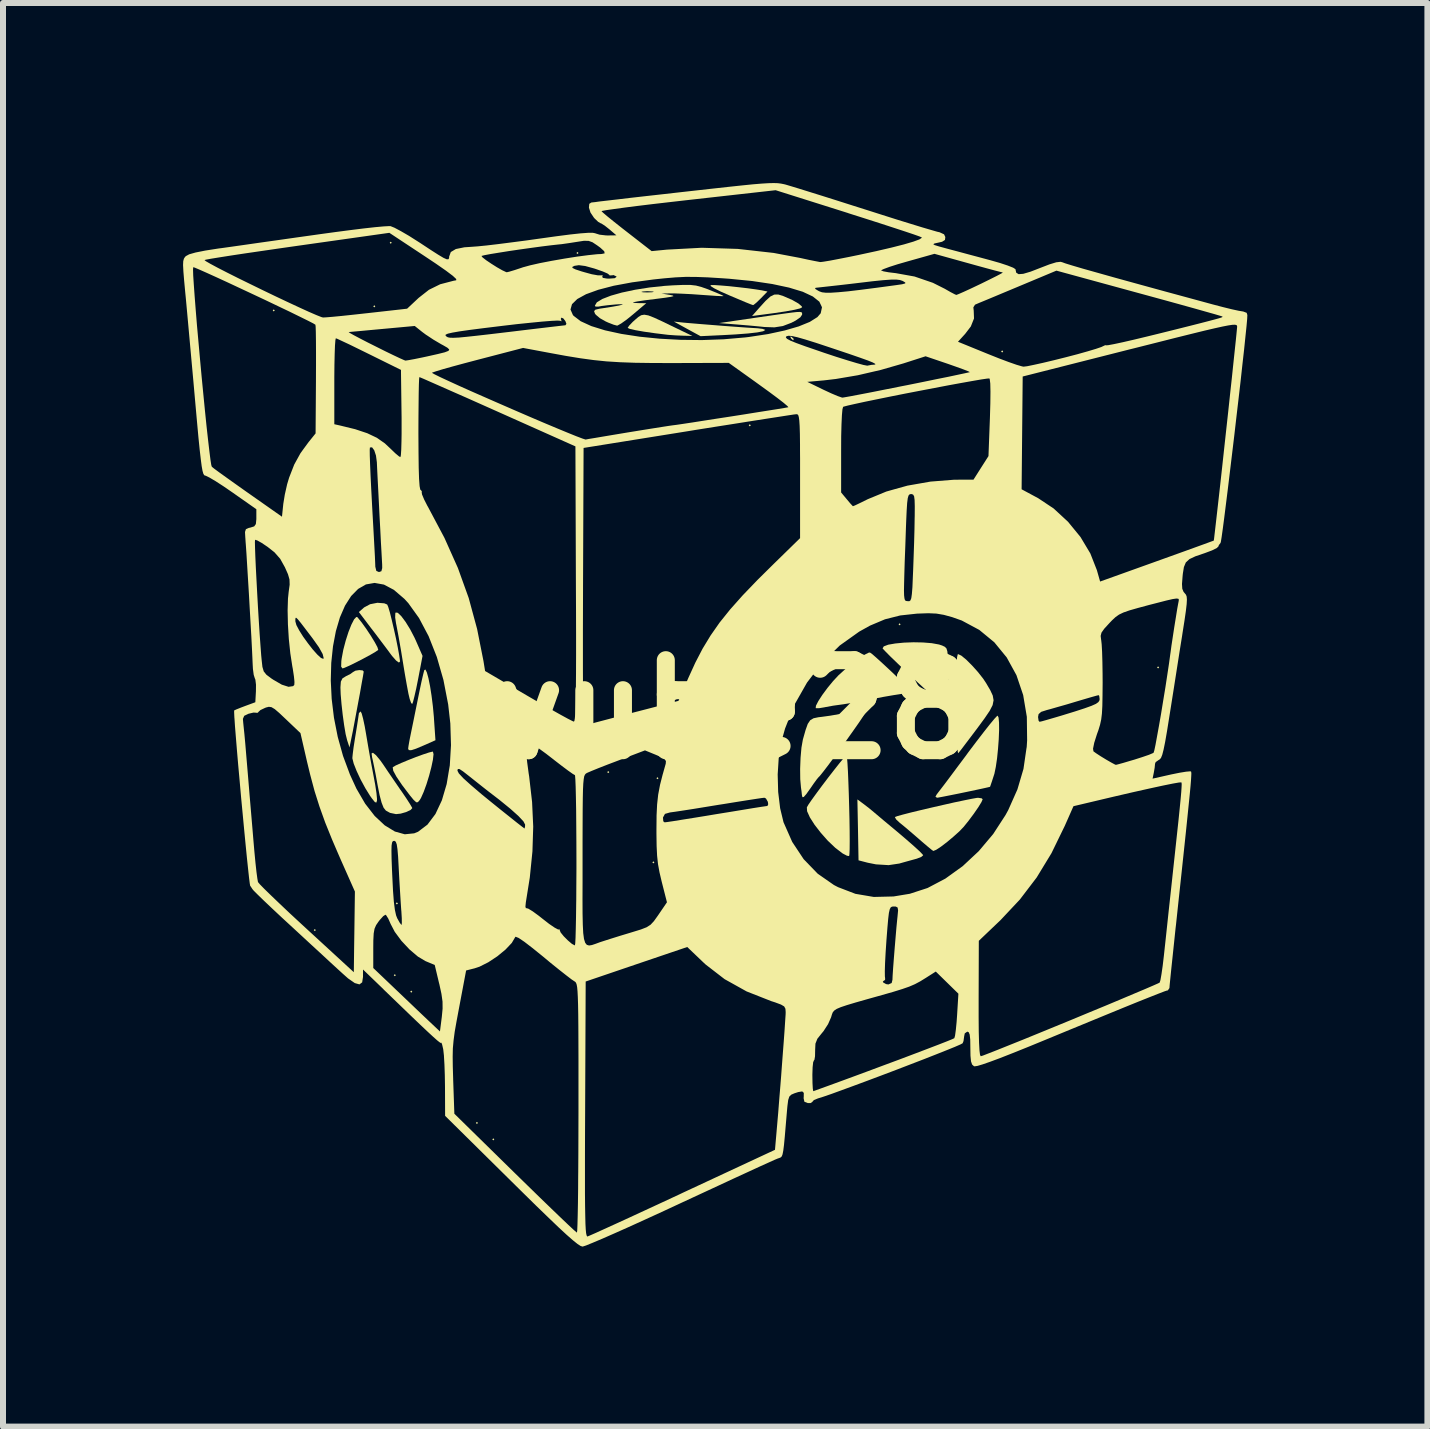
<source format=kicad_pcb>
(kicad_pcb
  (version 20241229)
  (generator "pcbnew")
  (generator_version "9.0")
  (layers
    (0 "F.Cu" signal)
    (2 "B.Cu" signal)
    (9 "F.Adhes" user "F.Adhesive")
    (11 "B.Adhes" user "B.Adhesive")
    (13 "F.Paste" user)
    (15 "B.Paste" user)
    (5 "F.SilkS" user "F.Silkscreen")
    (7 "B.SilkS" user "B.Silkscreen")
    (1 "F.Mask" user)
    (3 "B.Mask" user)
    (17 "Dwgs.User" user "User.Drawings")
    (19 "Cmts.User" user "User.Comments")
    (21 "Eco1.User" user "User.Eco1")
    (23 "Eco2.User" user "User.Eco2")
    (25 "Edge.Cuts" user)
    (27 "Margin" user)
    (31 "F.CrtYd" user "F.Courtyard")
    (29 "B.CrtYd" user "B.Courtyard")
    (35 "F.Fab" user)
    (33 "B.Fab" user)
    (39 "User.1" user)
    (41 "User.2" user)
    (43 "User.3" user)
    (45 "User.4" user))
  (footprint "vube28"
    (layer "F.Cu")
    (at 9.186 8.771)
    (property "Reference" "vube28" (at 0 0 0) (layer "F.SilkS") (effects (font (size 1.5 1.5) (thickness 0.3))))
    (attr board_only exclude_from_pos_files exclude_from_bom)
    (fp_poly (pts (xy -7.658 -6.649) (xy -7.675 -6.632) (xy -7.692 -6.649) (xy -7.675 -6.666)) (stroke (width 0) (type solid)) (fill yes) (layer "F.SilkS"))
    (fp_poly (pts (xy -6.974 3.675) (xy -6.991 3.692) (xy -7.008 3.675) (xy -6.991 3.658)) (stroke (width 0) (type solid)) (fill yes) (layer "F.SilkS"))
    (fp_poly (pts (xy -5.983 -6.717) (xy -6 -6.7) (xy -6.017 -6.717) (xy -6 -6.735)) (stroke (width 0) (type solid)) (fill yes) (layer "F.SilkS"))
    (fp_poly (pts (xy -5.709 -7.777) (xy -5.726 -7.76) (xy -5.743 -7.777) (xy -5.726 -7.794)) (stroke (width 0) (type solid)) (fill yes) (layer "F.SilkS"))
    (fp_poly (pts (xy -5.641 4.427) (xy -5.658 4.444) (xy -5.675 4.427) (xy -5.658 4.41)) (stroke (width 0) (type solid)) (fill yes) (layer "F.SilkS"))
    (fp_poly (pts (xy -5.606 3.231) (xy -5.624 3.248) (xy -5.641 3.231) (xy -5.624 3.213)) (stroke (width 0) (type solid)) (fill yes) (layer "F.SilkS"))
    (fp_poly (pts (xy -5.367 4.701) (xy -5.384 4.718) (xy -5.401 4.701) (xy -5.384 4.683)) (stroke (width 0) (type solid)) (fill yes) (layer "F.SilkS"))
    (fp_poly (pts (xy -4.273 6.888) (xy -4.29 6.906) (xy -4.307 6.888) (xy -4.29 6.871)) (stroke (width 0) (type solid)) (fill yes) (layer "F.SilkS"))
    (fp_poly (pts (xy -4 7.162) (xy -4.017 7.179) (xy -4.034 7.162) (xy -4.017 7.145)) (stroke (width 0) (type solid)) (fill yes) (layer "F.SilkS"))
    (fp_poly (pts (xy -2.598 -7.606) (xy -2.615 -7.589) (xy -2.632 -7.606) (xy -2.615 -7.623)) (stroke (width 0) (type solid)) (fill yes) (layer "F.SilkS"))
    (fp_poly (pts (xy -2.085 1.043) (xy -2.102 1.06) (xy -2.12 1.043) (xy -2.102 1.026)) (stroke (width 0) (type solid)) (fill yes) (layer "F.SilkS"))
    (fp_poly (pts (xy -1.333 2.547) (xy -1.35 2.564) (xy -1.367 2.547) (xy -1.35 2.53)) (stroke (width 0) (type solid)) (fill yes) (layer "F.SilkS"))
    (fp_poly (pts (xy -1.265 1.145) (xy -1.282 1.162) (xy -1.299 1.145) (xy -1.282 1.128)) (stroke (width 0) (type solid)) (fill yes) (layer "F.SilkS"))
    (fp_poly (pts (xy 0.273 -4.735) (xy 0.256 -4.718) (xy 0.239 -4.735) (xy 0.256 -4.752)) (stroke (width 0) (type solid)) (fill yes) (layer "F.SilkS"))
    (fp_poly (pts (xy 2.769 -1.419) (xy 2.752 -1.402) (xy 2.735 -1.419) (xy 2.752 -1.436)) (stroke (width 0) (type solid)) (fill yes) (layer "F.SilkS"))
    (fp_poly (pts (xy 4.478 -5.965) (xy 4.461 -5.948) (xy 4.444 -5.965) (xy 4.461 -5.983)) (stroke (width 0) (type solid)) (fill yes) (layer "F.SilkS"))
    (fp_poly (pts (xy 7.076 -0.701) (xy 7.059 -0.684) (xy 7.042 -0.701) (xy 7.059 -0.718)) (stroke (width 0) (type solid)) (fill yes) (layer "F.SilkS"))
    (fp_poly (pts (xy 0.952 -6.208) (xy 0.989 -6.174) (xy 0.981 -6.154) (xy 0.976 -6.153) (xy 0.947 -6.178) (xy 0.937 -6.193) (xy 0.933 -6.216)) (stroke (width 0) (type solid)) (fill yes) (layer "F.SilkS"))
    (fp_poly (pts (xy 0.815 -6.888) (xy 0.827 -6.883) (xy 0.964 -6.823) (xy 1.066 -6.765) (xy 1.122 -6.717) (xy 1.128 -6.701) (xy 1.095 -6.683) (xy 1.002 -6.66) (xy 0.854 -6.633) (xy 0.66 -6.604) (xy 0.463 -6.578) (xy 0.294 -6.556) (xy 0.41 -6.688) (xy 0.518 -6.807) (xy 0.598 -6.88) (xy 0.664 -6.913) (xy 0.732 -6.914)) (stroke (width 0) (type solid)) (fill yes) (layer "F.SilkS"))
    (fp_poly (pts (xy -0.838 -6.445) (xy -0.733 -6.436) (xy -0.579 -6.423) (xy -0.391 -6.408) (xy -0.189 -6.392) (xy 0.011 -6.377) (xy 0.191 -6.364) (xy 0.332 -6.355) (xy 0.385 -6.352) (xy 0.467 -6.342) (xy 0.511 -6.326) (xy 0.513 -6.322) (xy 0.479 -6.302) (xy 0.382 -6.283) (xy 0.226 -6.265) (xy 0.015 -6.249) (xy -0.186 -6.238) (xy -0.564 -6.22) (xy -0.786 -6.341) (xy -1.008 -6.463)) (stroke (width 0) (type solid)) (fill yes) (layer "F.SilkS"))
    (fp_poly (pts (xy -0.232 -7.065) (xy -0.09 -7.053) (xy 0.067 -7.036) (xy 0.223 -7.018) (xy 0.36 -6.999) (xy 0.455 -6.984) (xy 0.551 -6.964) (xy 0.44 -6.85) (xy 0.37 -6.782) (xy 0.321 -6.742) (xy 0.31 -6.738) (xy 0.272 -6.751) (xy 0.185 -6.786) (xy 0.062 -6.838) (xy -0.085 -6.9) (xy -0.23 -6.964) (xy -0.336 -7.017) (xy -0.394 -7.054) (xy -0.397 -7.071) (xy -0.34 -7.072)) (stroke (width 0) (type solid)) (fill yes) (layer "F.SilkS"))
    (fp_poly (pts (xy -1.434 -6.566) (xy -1.339 -6.529) (xy -1.204 -6.467) (xy -1.043 -6.389) (xy -0.701 -6.224) (xy -0.855 -6.228) (xy -0.976 -6.233) (xy -1.088 -6.241) (xy -1.111 -6.243) (xy -1.324 -6.269) (xy -1.506 -6.295) (xy -1.649 -6.32) (xy -1.742 -6.341) (xy -1.778 -6.358) (xy -1.778 -6.359) (xy -1.754 -6.395) (xy -1.694 -6.458) (xy -1.655 -6.493) (xy -1.6 -6.54) (xy -1.553 -6.569) (xy -1.502 -6.578)) (stroke (width 0) (type solid)) (fill yes) (layer "F.SilkS"))
    (fp_poly (pts (xy 1.117 -6.619) (xy 1.127 -6.608) (xy 1.128 -6.591) (xy 1.128 -6.579) (xy 1.099 -6.535) (xy 1.02 -6.48) (xy 0.949 -6.443) (xy 0.807 -6.389) (xy 0.667 -6.367) (xy 0.499 -6.373) (xy 0.444 -6.379) (xy 0.372 -6.386) (xy 0.253 -6.397) (xy 0.109 -6.409) (xy 0.051 -6.414) (xy -0.256 -6.438) (xy 0.393 -6.533) (xy 0.634 -6.568) (xy 0.816 -6.594) (xy 0.947 -6.612) (xy 1.035 -6.622) (xy 1.089 -6.624)) (stroke (width 0) (type solid)) (fill yes) (layer "F.SilkS"))
    (fp_poly (pts (xy -5.833 -1.769) (xy -5.785 -1.749) (xy -5.768 -1.71) (xy -5.741 -1.62) (xy -5.709 -1.492) (xy -5.674 -1.342) (xy -5.639 -1.185) (xy -5.609 -1.036) (xy -5.586 -0.909) (xy -5.573 -0.82) (xy -5.572 -0.798) (xy -5.59 -0.782) (xy -5.637 -0.816) (xy -5.703 -0.891) (xy -5.728 -0.924) (xy -5.793 -1.012) (xy -5.885 -1.134) (xy -5.988 -1.271) (xy -6.043 -1.342) (xy -6.257 -1.624) (xy -6.169 -1.701) (xy -6.07 -1.754) (xy -5.948 -1.778)) (stroke (width 0) (type solid)) (fill yes) (layer "F.SilkS"))
    (fp_poly (pts (xy -6.281 -1.538) (xy -6.21 -1.45) (xy -6.132 -1.341) (xy -6.056 -1.226) (xy -5.992 -1.121) (xy -5.948 -1.039) (xy -5.934 -0.994) (xy -5.935 -0.992) (xy -5.983 -0.959) (xy -6.071 -0.908) (xy -6.184 -0.847) (xy -6.304 -0.785) (xy -6.414 -0.731) (xy -6.496 -0.695) (xy -6.53 -0.684) (xy -6.552 -0.714) (xy -6.549 -0.807) (xy -6.544 -0.846) (xy -6.516 -0.996) (xy -6.476 -1.148) (xy -6.43 -1.292) (xy -6.382 -1.413) (xy -6.337 -1.501) (xy -6.299 -1.542)) (stroke (width 0) (type solid)) (fill yes) (layer "F.SilkS"))
    (fp_poly (pts (xy 2.144 1.568) (xy 2.242 1.643) (xy 2.33 1.716) (xy 2.413 1.786) (xy 2.484 1.846) (xy 2.484 1.846) (xy 2.686 2.014) (xy 2.858 2.16) (xy 2.994 2.279) (xy 3.09 2.367) (xy 3.139 2.419) (xy 3.145 2.429) (xy 3.115 2.455) (xy 3.04 2.485) (xy 3 2.496) (xy 2.88 2.529) (xy 2.769 2.56) (xy 2.75 2.566) (xy 2.569 2.593) (xy 2.358 2.58) (xy 2.222 2.553) (xy 2.068 2.513) (xy 2.059 2.005) (xy 2.049 1.498)) (stroke (width 0) (type solid)) (fill yes) (layer "F.SilkS"))
    (fp_poly (pts (xy -6.193 -0.651) (xy -6.176 -0.632) (xy -6.188 -0.557) (xy -6.211 -0.431) (xy -6.239 -0.271) (xy -6.272 -0.095) (xy -6.305 0.082) (xy -6.335 0.242) (xy -6.359 0.369) (xy -6.371 0.427) (xy -6.413 0.632) (xy -6.452 0.513) (xy -6.477 0.412) (xy -6.502 0.264) (xy -6.526 0.09) (xy -6.546 -0.09) (xy -6.56 -0.255) (xy -6.564 -0.368) (xy -6.557 -0.465) (xy -6.53 -0.519) (xy -6.47 -0.556) (xy -6.396 -0.593) (xy -6.357 -0.622) (xy -6.314 -0.647) (xy -6.249 -0.657)) (stroke (width 0) (type solid)) (fill yes) (layer "F.SilkS"))
    (fp_poly (pts (xy -5.608 -1.611) (xy -5.55 -1.555) (xy -5.479 -1.46) (xy -5.403 -1.337) (xy -5.33 -1.197) (xy -5.303 -1.138) (xy -5.196 -0.893) (xy -5.27 -0.506) (xy -5.301 -0.351) (xy -5.331 -0.22) (xy -5.354 -0.129) (xy -5.368 -0.092) (xy -5.386 -0.108) (xy -5.41 -0.175) (xy -5.431 -0.263) (xy -5.459 -0.412) (xy -5.489 -0.582) (xy -5.506 -0.684) (xy -5.554 -0.978) (xy -5.595 -1.213) (xy -5.63 -1.398) (xy -5.638 -1.436) (xy -5.652 -1.533) (xy -5.65 -1.601) (xy -5.644 -1.616)) (stroke (width 0) (type solid)) (fill yes) (layer "F.SilkS"))
    (fp_poly (pts (xy -5.023 0.702) (xy -5.013 0.745) (xy -5.023 0.836) (xy -5.049 0.959) (xy -5.086 1.101) (xy -5.13 1.244) (xy -5.177 1.373) (xy -5.222 1.474) (xy -5.242 1.507) (xy -5.273 1.544) (xy -5.301 1.546) (xy -5.343 1.508) (xy -5.408 1.429) (xy -5.538 1.257) (xy -5.631 1.119) (xy -5.684 1.021) (xy -5.693 0.965) (xy -5.689 0.96) (xy -5.642 0.932) (xy -5.551 0.891) (xy -5.433 0.842) (xy -5.306 0.792) (xy -5.185 0.748) (xy -5.088 0.716) (xy -5.03 0.702)) (stroke (width 0) (type solid)) (fill yes) (layer "F.SilkS"))
    (fp_poly (pts (xy -5.972 0.761) (xy -5.9 0.848) (xy -5.853 0.914) (xy -5.769 1.039) (xy -5.665 1.191) (xy -5.563 1.34) (xy -5.544 1.366) (xy -5.466 1.481) (xy -5.406 1.574) (xy -5.372 1.632) (xy -5.367 1.643) (xy -5.397 1.675) (xy -5.47 1.709) (xy -5.561 1.735) (xy -5.638 1.743) (xy -5.738 1.722) (xy -5.807 1.684) (xy -5.845 1.636) (xy -5.878 1.553) (xy -5.912 1.425) (xy -5.947 1.248) (xy -5.976 1.088) (xy -6.004 0.946) (xy -6.026 0.841) (xy -6.037 0.795) (xy -6.045 0.731) (xy -6.022 0.721)) (stroke (width 0) (type solid)) (fill yes) (layer "F.SilkS"))
    (fp_poly (pts (xy -5.124 -0.617) (xy -5.098 -0.522) (xy -5.071 -0.389) (xy -5.046 -0.23) (xy -5.024 -0.055) (xy -5.007 0.126) (xy -5.005 0.162) (xy -4.981 0.512) (xy -5.175 0.598) (xy -5.305 0.653) (xy -5.385 0.678) (xy -5.425 0.677) (xy -5.436 0.652) (xy -5.429 0.602) (xy -5.413 0.511) (xy -5.402 0.456) (xy -5.382 0.358) (xy -5.352 0.212) (xy -5.317 0.039) (xy -5.28 -0.144) (xy -5.279 -0.149) (xy -5.244 -0.32) (xy -5.212 -0.471) (xy -5.185 -0.587) (xy -5.168 -0.653) (xy -5.166 -0.657) (xy -5.148 -0.666)) (stroke (width 0) (type solid)) (fill yes) (layer "F.SilkS"))
    (fp_poly (pts (xy 3.78 -0.898) (xy 3.862 -0.831) (xy 3.958 -0.735) (xy 4.057 -0.625) (xy 4.145 -0.513) (xy 4.194 -0.439) (xy 4.262 -0.323) (xy 4.304 -0.233) (xy 4.318 -0.154) (xy 4.302 -0.073) (xy 4.253 0.022) (xy 4.169 0.146) (xy 4.05 0.308) (xy 3.943 0.45) (xy 3.849 0.574) (xy 3.778 0.668) (xy 3.735 0.721) (xy 3.729 0.729) (xy 3.721 0.704) (xy 3.714 0.62) (xy 3.707 0.485) (xy 3.701 0.308) (xy 3.697 0.098) (xy 3.695 -0.083) (xy 3.694 -0.376) (xy 3.696 -0.603) (xy 3.701 -0.767) (xy 3.71 -0.872) (xy 3.721 -0.919) (xy 3.726 -0.923)) (stroke (width 0) (type solid)) (fill yes) (layer "F.SilkS"))
    (fp_poly (pts (xy -6.21 0.066) (xy -6.187 0.151) (xy -6.16 0.277) (xy -6.138 0.402) (xy -6.104 0.603) (xy -6.065 0.825) (xy -6.026 1.033) (xy -6.012 1.107) (xy -5.984 1.258) (xy -5.964 1.391) (xy -5.955 1.486) (xy -5.955 1.517) (xy -5.966 1.551) (xy -5.991 1.542) (xy -6.038 1.484) (xy -6.072 1.436) (xy -6.15 1.31) (xy -6.227 1.168) (xy -6.294 1.025) (xy -6.343 0.901) (xy -6.365 0.814) (xy -6.365 0.803) (xy -6.359 0.741) (xy -6.345 0.63) (xy -6.323 0.489) (xy -6.31 0.41) (xy -6.287 0.268) (xy -6.269 0.152) (xy -6.258 0.077) (xy -6.256 0.06) (xy -6.23 0.034) (xy -6.227 0.034)) (stroke (width 0) (type solid)) (fill yes) (layer "F.SilkS"))
    (fp_poly (pts (xy 1.876 0.802) (xy 1.884 0.899) (xy 1.892 1.04) (xy 1.899 1.216) (xy 1.906 1.413) (xy 1.912 1.621) (xy 1.917 1.828) (xy 1.92 2.022) (xy 1.921 2.192) (xy 1.92 2.326) (xy 1.916 2.413) (xy 1.911 2.442) (xy 1.875 2.436) (xy 1.808 2.401) (xy 1.8 2.396) (xy 1.68 2.304) (xy 1.556 2.186) (xy 1.439 2.054) (xy 1.336 1.921) (xy 1.257 1.797) (xy 1.211 1.695) (xy 1.207 1.63) (xy 1.234 1.583) (xy 1.292 1.499) (xy 1.373 1.387) (xy 1.468 1.259) (xy 1.569 1.126) (xy 1.667 1) (xy 1.754 0.89) (xy 1.822 0.808) (xy 1.861 0.766) (xy 1.868 0.762)) (stroke (width 0) (type solid)) (fill yes) (layer "F.SilkS"))
    (fp_poly (pts (xy 3.141 -1.117) (xy 3.288 -1.105) (xy 3.409 -1.083) (xy 3.461 -1.066) (xy 3.505 -1.045) (xy 3.533 -1.017) (xy 3.548 -0.967) (xy 3.555 -0.881) (xy 3.558 -0.744) (xy 3.558 -0.71) (xy 3.56 -0.54) (xy 3.564 -0.369) (xy 3.568 -0.227) (xy 3.569 -0.197) (xy 3.57 -0.091) (xy 3.565 -0.02) (xy 3.558 -0.001) (xy 3.528 -0.023) (xy 3.456 -0.085) (xy 3.349 -0.181) (xy 3.216 -0.302) (xy 3.063 -0.443) (xy 3.01 -0.492) (xy 2.852 -0.64) (xy 2.712 -0.774) (xy 2.597 -0.885) (xy 2.515 -0.968) (xy 2.473 -1.013) (xy 2.469 -1.019) (xy 2.489 -1.052) (xy 2.564 -1.08) (xy 2.68 -1.1) (xy 2.823 -1.114) (xy 2.982 -1.12)) (stroke (width 0) (type solid)) (fill yes) (layer "F.SilkS"))
    (fp_poly (pts (xy 4.12 1.48) (xy 4.136 1.496) (xy 4.116 1.543) (xy 4.063 1.629) (xy 3.987 1.739) (xy 3.898 1.858) (xy 3.819 1.956) (xy 3.747 2.031) (xy 3.65 2.118) (xy 3.544 2.207) (xy 3.443 2.284) (xy 3.361 2.338) (xy 3.314 2.357) (xy 3.314 2.357) (xy 3.283 2.335) (xy 3.214 2.278) (xy 3.119 2.197) (xy 3.077 2.16) (xy 2.961 2.06) (xy 2.852 1.967) (xy 2.769 1.899) (xy 2.755 1.888) (xy 2.696 1.833) (xy 2.674 1.795) (xy 2.676 1.791) (xy 2.716 1.776) (xy 2.809 1.75) (xy 2.945 1.715) (xy 3.111 1.675) (xy 3.294 1.632) (xy 3.482 1.589) (xy 3.663 1.548) (xy 3.824 1.514) (xy 3.953 1.488) (xy 4.037 1.473) (xy 4.06 1.471)) (stroke (width 0) (type solid)) (fill yes) (layer "F.SilkS"))
    (fp_poly (pts (xy 4.401 0.134) (xy 4.409 0.219) (xy 4.41 0.344) (xy 4.404 0.494) (xy 4.392 0.656) (xy 4.376 0.815) (xy 4.355 0.957) (xy 4.332 1.069) (xy 4.324 1.094) (xy 4.291 1.196) (xy 4.267 1.266) (xy 4.259 1.288) (xy 4.227 1.296) (xy 4.142 1.315) (xy 4.021 1.341) (xy 3.879 1.371) (xy 3.73 1.402) (xy 3.59 1.43) (xy 3.474 1.453) (xy 3.398 1.467) (xy 3.376 1.47) (xy 3.35 1.454) (xy 3.35 1.453) (xy 3.369 1.417) (xy 3.4 1.376) (xy 3.434 1.332) (xy 3.503 1.242) (xy 3.599 1.114) (xy 3.715 0.958) (xy 3.846 0.783) (xy 3.9 0.709) (xy 4.033 0.533) (xy 4.153 0.377) (xy 4.254 0.249) (xy 4.331 0.156) (xy 4.376 0.108) (xy 4.385 0.103)) (stroke (width 0) (type solid)) (fill yes) (layer "F.SilkS"))
    (fp_poly (pts (xy 2.297 -0.922) (xy 2.37 -0.858) (xy 2.468 -0.769) (xy 2.579 -0.666) (xy 2.692 -0.559) (xy 2.795 -0.459) (xy 2.878 -0.376) (xy 2.929 -0.322) (xy 2.94 -0.306) (xy 2.909 -0.287) (xy 2.83 -0.267) (xy 2.76 -0.256) (xy 2.644 -0.238) (xy 2.488 -0.211) (xy 2.32 -0.179) (xy 2.256 -0.166) (xy 2.095 -0.135) (xy 1.939 -0.107) (xy 1.815 -0.087) (xy 1.778 -0.082) (xy 1.648 -0.064) (xy 1.521 -0.041) (xy 1.497 -0.036) (xy 1.412 -0.022) (xy 1.359 -0.022) (xy 1.354 -0.024) (xy 1.359 -0.064) (xy 1.399 -0.142) (xy 1.466 -0.245) (xy 1.551 -0.36) (xy 1.643 -0.472) (xy 1.733 -0.569) (xy 1.842 -0.668) (xy 1.96 -0.766) (xy 2.075 -0.851) (xy 2.173 -0.915) (xy 2.24 -0.948) (xy 2.259 -0.949)) (stroke (width 0) (type solid)) (fill yes) (layer "F.SilkS"))
    (fp_poly (pts (xy 2.208 0.008) (xy 2.193 0.039) (xy 2.145 0.114) (xy 2.071 0.224) (xy 1.977 0.358) (xy 1.872 0.506) (xy 1.762 0.659) (xy 1.654 0.805) (xy 1.557 0.936) (xy 1.477 1.04) (xy 1.422 1.108) (xy 1.402 1.128) (xy 1.372 1.164) (xy 1.318 1.238) (xy 1.27 1.308) (xy 1.198 1.409) (xy 1.155 1.458) (xy 1.133 1.461) (xy 1.125 1.427) (xy 1.118 1.362) (xy 1.109 1.299) (xy 1.097 1.163) (xy 1.095 0.989) (xy 1.102 0.805) (xy 1.117 0.635) (xy 1.14 0.504) (xy 1.142 0.496) (xy 1.186 0.341) (xy 1.222 0.24) (xy 1.263 0.179) (xy 1.318 0.146) (xy 1.399 0.129) (xy 1.459 0.122) (xy 1.596 0.103) (xy 1.763 0.074) (xy 1.923 0.044) (xy 2.049 0.02) (xy 2.149 0.007) (xy 2.203 0.006)) (stroke (width 0) (type solid)) (fill yes) (layer "F.SilkS"))
    (fp_poly (pts (xy -0.735 -7.074) (xy -0.639 -7.063) (xy -0.548 -7.039) (xy -0.438 -7) (xy -0.415 -6.99) (xy -0.3 -6.944) (xy -0.217 -6.908) (xy -0.18 -6.889) (xy -0.179 -6.888) (xy -0.215 -6.887) (xy -0.304 -6.891) (xy -0.432 -6.9) (xy -0.547 -6.908) (xy -0.716 -6.92) (xy -0.877 -6.928) (xy -1.007 -6.933) (xy -1.06 -6.933) (xy -1.214 -6.93) (xy -1.077 -6.908) (xy -1.025 -6.897) (xy -1.015 -6.887) (xy -1.055 -6.876) (xy -1.15 -6.861) (xy -1.299 -6.842) (xy -1.49 -6.818) (xy -1.616 -6.799) (xy -1.681 -6.786) (xy -1.689 -6.778) (xy -1.642 -6.773) (xy -1.598 -6.771) (xy -1.469 -6.769) (xy -1.691 -6.581) (xy -1.797 -6.495) (xy -1.887 -6.431) (xy -1.946 -6.398) (xy -1.956 -6.396) (xy -2.012 -6.411) (xy -2.102 -6.446) (xy -2.144 -6.465) (xy -2.24 -6.519) (xy -2.309 -6.577) (xy -2.324 -6.597) (xy -2.338 -6.637) (xy -2.317 -6.661) (xy -2.246 -6.678) (xy -2.197 -6.685) (xy -2.037 -6.71) (xy -1.926 -6.73) (xy -1.866 -6.745) (xy -1.864 -6.752) (xy -1.922 -6.752) (xy -1.983 -6.748) (xy -2.108 -6.736) (xy -2.211 -6.723) (xy -2.265 -6.713) (xy -2.314 -6.713) (xy -2.325 -6.728) (xy -2.292 -6.784) (xy -2.2 -6.84) (xy -2.058 -6.895) (xy -1.874 -6.947) (xy -1.83 -6.956) (xy -1.553 -6.956) (xy -1.516 -6.951) (xy -1.453 -6.949) (xy -1.372 -6.952) (xy -1.342 -6.958) (xy -1.358 -6.964) (xy -1.452 -6.97) (xy -1.529 -6.964) (xy -1.553 -6.956) (xy -1.83 -6.956) (xy -1.657 -6.993) (xy -1.417 -7.031) (xy -1.162 -7.058) (xy -1.024 -7.067) (xy -0.856 -7.074)) (stroke (width 0) (type solid)) (fill yes) (layer "F.SilkS"))
    (fp_poly (pts (xy 0.722 -8.769) (xy 0.777 -8.762) (xy 0.827 -8.752) (xy 0.855 -8.745) (xy 0.932 -8.722) (xy 1.064 -8.682) (xy 1.244 -8.626) (xy 1.462 -8.558) (xy 1.709 -8.48) (xy 1.976 -8.395) (xy 2.188 -8.328) (xy 2.458 -8.242) (xy 2.71 -8.162) (xy 2.937 -8.092) (xy 3.129 -8.033) (xy 3.279 -7.989) (xy 3.379 -7.96) (xy 3.419 -7.951) (xy 3.493 -7.917) (xy 3.514 -7.872) (xy 3.508 -7.823) (xy 3.46 -7.793) (xy 3.395 -7.778) (xy 3.335 -7.765) (xy 3.313 -7.753) (xy 3.335 -7.738) (xy 3.409 -7.715) (xy 3.541 -7.679) (xy 3.555 -7.675) (xy 3.71 -7.634) (xy 3.903 -7.582) (xy 4.109 -7.527) (xy 4.265 -7.485) (xy 4.423 -7.44) (xy 4.553 -7.397) (xy 4.644 -7.361) (xy 4.683 -7.336) (xy 4.683 -7.334) (xy 4.695 -7.278) (xy 4.735 -7.253) (xy 4.813 -7.259) (xy 4.935 -7.295) (xy 5.082 -7.352) (xy 5.248 -7.416) (xy 5.362 -7.451) (xy 5.434 -7.459) (xy 5.464 -7.451) (xy 5.513 -7.433) (xy 5.626 -7.398) (xy 5.802 -7.346) (xy 6.044 -7.278) (xy 6.35 -7.192) (xy 6.72 -7.09) (xy 7.157 -6.97) (xy 7.658 -6.834) (xy 7.97 -6.749) (xy 8.138 -6.705) (xy 8.288 -6.668) (xy 8.403 -6.643) (xy 8.47 -6.632) (xy 8.474 -6.632) (xy 8.535 -6.609) (xy 8.546 -6.572) (xy 8.543 -6.506) (xy 8.532 -6.384) (xy 8.514 -6.212) (xy 8.492 -5.998) (xy 8.464 -5.75) (xy 8.434 -5.475) (xy 8.4 -5.181) (xy 8.364 -4.874) (xy 8.328 -4.562) (xy 8.291 -4.254) (xy 8.255 -3.955) (xy 8.221 -3.674) (xy 8.189 -3.418) (xy 8.161 -3.195) (xy 8.137 -3.012) (xy 8.118 -2.876) (xy 8.105 -2.795) (xy 8.099 -2.775) (xy 8.069 -2.736) (xy 8.068 -2.722) (xy 8.038 -2.691) (xy 7.958 -2.651) (xy 7.846 -2.609) (xy 7.835 -2.605) (xy 7.682 -2.553) (xy 7.582 -2.506) (xy 7.521 -2.45) (xy 7.489 -2.373) (xy 7.471 -2.261) (xy 7.467 -2.22) (xy 7.457 -2.091) (xy 7.462 -2.011) (xy 7.484 -1.959) (xy 7.503 -1.937) (xy 7.523 -1.913) (xy 7.535 -1.882) (xy 7.539 -1.833) (xy 7.535 -1.756) (xy 7.522 -1.643) (xy 7.499 -1.484) (xy 7.465 -1.268) (xy 7.458 -1.221) (xy 7.416 -0.96) (xy 7.369 -0.659) (xy 7.32 -0.346) (xy 7.273 -0.049) (xy 7.245 0.127) (xy 7.207 0.365) (xy 7.176 0.543) (xy 7.15 0.67) (xy 7.128 0.755) (xy 7.107 0.807) (xy 7.085 0.832) (xy 7.072 0.839) (xy 7.019 0.876) (xy 7.008 0.904) (xy 7.002 0.968) (xy 6.988 1.05) (xy 6.967 1.152) (xy 7.277 1.082) (xy 7.415 1.054) (xy 7.525 1.036) (xy 7.594 1.03) (xy 7.608 1.033) (xy 7.611 1.043) (xy 7.613 1.069) (xy 7.611 1.113) (xy 7.607 1.182) (xy 7.599 1.279) (xy 7.587 1.408) (xy 7.57 1.574) (xy 7.549 1.781) (xy 7.523 2.034) (xy 7.491 2.336) (xy 7.453 2.693) (xy 7.408 3.109) (xy 7.357 3.588) (xy 7.35 3.646) (xy 7.324 3.895) (xy 7.3 4.123) (xy 7.279 4.32) (xy 7.263 4.478) (xy 7.252 4.587) (xy 7.248 4.639) (xy 7.248 4.641) (xy 7.221 4.68) (xy 7.204 4.683) (xy 7.165 4.696) (xy 7.069 4.733) (xy 6.922 4.791) (xy 6.731 4.867) (xy 6.502 4.96) (xy 6.241 5.067) (xy 5.954 5.185) (xy 5.648 5.311) (xy 5.606 5.328) (xy 5.226 5.485) (xy 4.905 5.617) (xy 4.639 5.724) (xy 4.425 5.808) (xy 4.258 5.87) (xy 4.134 5.913) (xy 4.05 5.938) (xy 4.003 5.945) (xy 3.991 5.943) (xy 3.96 5.915) (xy 3.942 5.862) (xy 3.933 5.768) (xy 3.931 5.639) (xy 3.929 5.499) (xy 3.92 5.416) (xy 3.903 5.376) (xy 3.88 5.367) (xy 3.838 5.396) (xy 3.828 5.444) (xy 3.817 5.524) (xy 3.802 5.561) (xy 3.767 5.58) (xy 3.675 5.62) (xy 3.537 5.676) (xy 3.361 5.746) (xy 3.155 5.827) (xy 2.929 5.914) (xy 2.69 6.006) (xy 2.447 6.098) (xy 2.21 6.187) (xy 1.986 6.27) (xy 1.784 6.344) (xy 1.614 6.406) (xy 1.483 6.451) (xy 1.4 6.477) (xy 1.391 6.48) (xy 1.324 6.507) (xy 1.299 6.536) (xy 1.271 6.557) (xy 1.222 6.557) (xy 1.166 6.535) (xy 1.153 6.476) (xy 1.155 6.453) (xy 1.156 6.387) (xy 1.13 6.363) (xy 1.063 6.374) (xy 1.001 6.394) (xy 0.948 6.417) (xy 0.915 6.449) (xy 0.896 6.507) (xy 0.883 6.608) (xy 0.876 6.685) (xy 0.855 6.932) (xy 0.839 7.12) (xy 0.826 7.256) (xy 0.814 7.351) (xy 0.802 7.411) (xy 0.789 7.445) (xy 0.771 7.463) (xy 0.749 7.472) (xy 0.722 7.481) (xy 0.674 7.501) (xy 0.57 7.548) (xy 0.417 7.617) (xy 0.222 7.707) (xy -0.011 7.814) (xy -0.273 7.936) (xy -0.56 8.069) (xy -0.864 8.21) (xy -0.907 8.23) (xy -1.212 8.372) (xy -1.501 8.504) (xy -1.767 8.625) (xy -2.003 8.73) (xy -2.203 8.818) (xy -2.362 8.885) (xy -2.472 8.93) (xy -2.528 8.948) (xy -2.531 8.948) (xy -2.563 8.938) (xy -2.615 8.904) (xy -2.691 8.843) (xy -2.795 8.752) (xy -2.929 8.628) (xy -3.098 8.466) (xy -3.306 8.265) (xy -3.555 8.02) (xy -3.718 7.859) (xy -4.82 6.77) (xy -4.822 6.282) (xy -4.825 6.093) (xy -4.831 5.918) (xy -4.839 5.784) (xy -4.694 5.784) (xy -4.692 5.947) (xy -4.686 6.152) (xy -4.686 6.162) (xy -4.666 6.735) (xy -3.658 7.724) (xy -3.44 7.937) (xy -3.238 8.134) (xy -3.055 8.311) (xy -2.898 8.462) (xy -2.772 8.582) (xy -2.681 8.667) (xy -2.631 8.71) (xy -2.624 8.716) (xy -2.619 8.683) (xy -2.615 8.587) (xy -2.611 8.435) (xy -2.607 8.232) (xy -2.604 7.985) (xy -2.603 7.794) (xy -2.49 7.794) (xy -2.49 8.056) (xy -2.488 8.27) (xy -2.485 8.438) (xy -2.482 8.567) (xy -2.477 8.661) (xy -2.471 8.724) (xy -2.463 8.761) (xy -2.454 8.778) (xy -2.447 8.78) (xy -2.407 8.763) (xy -2.311 8.721) (xy -2.166 8.655) (xy -1.977 8.569) (xy -1.75 8.465) (xy -1.493 8.346) (xy -1.21 8.215) (xy -0.909 8.075) (xy -0.861 8.052) (xy 0.676 7.336) (xy 0.697 7.095) (xy 0.712 6.922) (xy 0.73 6.715) (xy 0.748 6.484) (xy 0.768 6.24) (xy 0.779 6.102) (xy 1.299 6.102) (xy 1.301 6.225) (xy 1.306 6.315) (xy 1.313 6.357) (xy 1.315 6.359) (xy 1.349 6.347) (xy 1.44 6.314) (xy 1.581 6.263) (xy 1.764 6.196) (xy 1.982 6.116) (xy 2.228 6.025) (xy 2.485 5.929) (xy 2.752 5.83) (xy 2.998 5.737) (xy 3.216 5.654) (xy 3.399 5.584) (xy 3.54 5.529) (xy 3.631 5.492) (xy 3.664 5.476) (xy 3.676 5.434) (xy 3.689 5.339) (xy 3.702 5.207) (xy 3.71 5.094) (xy 3.727 4.816) (xy 4.069 4.816) (xy 4.069 5.125) (xy 4.071 5.369) (xy 4.076 5.553) (xy 4.083 5.68) (xy 4.092 5.753) (xy 4.104 5.777) (xy 4.105 5.777) (xy 4.143 5.765) (xy 4.238 5.728) (xy 4.384 5.671) (xy 4.573 5.595) (xy 4.8 5.504) (xy 5.057 5.399) (xy 5.34 5.283) (xy 5.601 5.176) (xy 5.899 5.052) (xy 6.178 4.937) (xy 6.431 4.831) (xy 6.651 4.738) (xy 6.834 4.661) (xy 6.971 4.602) (xy 7.057 4.564) (xy 7.085 4.55) (xy 7.098 4.509) (xy 7.115 4.412) (xy 7.135 4.274) (xy 7.155 4.106) (xy 7.162 4.041) (xy 7.182 3.857) (xy 7.207 3.624) (xy 7.235 3.36) (xy 7.265 3.085) (xy 7.294 2.818) (xy 7.3 2.761) (xy 7.34 2.392) (xy 7.373 2.086) (xy 7.4 1.836) (xy 7.42 1.638) (xy 7.435 1.485) (xy 7.445 1.373) (xy 7.45 1.295) (xy 7.452 1.246) (xy 7.45 1.221) (xy 7.447 1.214) (xy 7.408 1.216) (xy 7.305 1.234) (xy 7.142 1.267) (xy 6.921 1.315) (xy 6.644 1.377) (xy 6.316 1.453) (xy 6.029 1.521) (xy 5.649 1.611) (xy 5.504 1.939) (xy 5.282 2.395) (xy 5.036 2.799) (xy 4.756 3.166) (xy 4.432 3.511) (xy 4.395 3.546) (xy 4.072 3.854) (xy 4.069 4.816) (xy 3.727 4.816) (xy 3.732 4.735) (xy 3.543 4.55) (xy 3.355 4.366) (xy 3.19 4.471) (xy 3.096 4.529) (xy 3.008 4.576) (xy 2.913 4.617) (xy 2.795 4.658) (xy 2.64 4.706) (xy 2.461 4.757) (xy 2.211 4.827) (xy 2.018 4.882) (xy 1.875 4.925) (xy 1.773 4.959) (xy 1.705 4.988) (xy 1.663 5.016) (xy 1.639 5.045) (xy 1.625 5.08) (xy 1.612 5.124) (xy 1.61 5.13) (xy 1.56 5.243) (xy 1.484 5.36) (xy 1.454 5.396) (xy 1.382 5.486) (xy 1.35 5.567) (xy 1.345 5.673) (xy 1.345 5.684) (xy 1.343 5.778) (xy 1.333 5.837) (xy 1.325 5.846) (xy 1.312 5.877) (xy 1.303 5.96) (xy 1.299 6.078) (xy 1.299 6.102) (xy 0.779 6.102) (xy 0.787 5.992) (xy 0.805 5.753) (xy 0.822 5.531) (xy 0.836 5.338) (xy 0.846 5.184) (xy 0.853 5.08) (xy 0.854 5.041) (xy 0.85 4.986) (xy 0.829 4.947) (xy 0.776 4.916) (xy 0.677 4.879) (xy 0.614 4.859) (xy 0.203 4.697) (xy -0.091 4.533) (xy 2.473 4.533) (xy 2.478 4.547) (xy 2.527 4.575) (xy 2.566 4.581) (xy 2.62 4.557) (xy 2.633 4.504) (xy 2.636 4.434) (xy 2.644 4.312) (xy 2.656 4.155) (xy 2.67 3.979) (xy 2.685 3.8) (xy 2.699 3.635) (xy 2.712 3.501) (xy 2.718 3.444) (xy 2.727 3.346) (xy 2.719 3.299) (xy 2.688 3.283) (xy 2.656 3.282) (xy 2.627 3.284) (xy 2.605 3.296) (xy 2.588 3.328) (xy 2.574 3.389) (xy 2.562 3.489) (xy 2.549 3.638) (xy 2.533 3.844) (xy 2.532 3.86) (xy 2.519 4.054) (xy 2.51 4.224) (xy 2.506 4.359) (xy 2.507 4.447) (xy 2.511 4.476) (xy 2.51 4.509) (xy 2.496 4.513) (xy 2.473 4.533) (xy -0.091 4.533) (xy -0.163 4.493) (xy -0.478 4.25) (xy -0.518 4.213) (xy -0.786 3.957) (xy -1.632 4.244) (xy -2.478 4.532) (xy -2.487 6.661) (xy -2.489 7.101) (xy -2.49 7.477) (xy -2.49 7.794) (xy -2.603 7.794) (xy -2.602 7.698) (xy -2.6 7.378) (xy -2.599 7.031) (xy -2.598 6.662) (xy -2.598 6.64) (xy -2.598 6.212) (xy -2.598 5.846) (xy -2.599 5.539) (xy -2.6 5.285) (xy -2.602 5.079) (xy -2.605 4.915) (xy -2.609 4.789) (xy -2.614 4.695) (xy -2.62 4.628) (xy -2.628 4.584) (xy -2.638 4.556) (xy -2.649 4.54) (xy -2.662 4.531) (xy -2.665 4.529) (xy -2.713 4.497) (xy -2.803 4.428) (xy -2.925 4.332) (xy -3.069 4.216) (xy -3.184 4.12) (xy -3.362 3.976) (xy -3.5 3.87) (xy -3.595 3.806) (xy -3.645 3.786) (xy -3.651 3.79) (xy -3.709 3.889) (xy -3.814 4) (xy -3.95 4.112) (xy -4.1 4.211) (xy -4.247 4.285) (xy -4.328 4.312) (xy -4.47 4.348) (xy -4.587 4.968) (xy -4.629 5.193) (xy -4.66 5.368) (xy -4.679 5.513) (xy -4.691 5.646) (xy -4.694 5.784) (xy -4.839 5.784) (xy -4.839 5.772) (xy -4.85 5.673) (xy -4.852 5.658) (xy -4.87 5.581) (xy -4.883 5.549) (xy -4.885 5.553) (xy -4.892 5.556) (xy -4.914 5.543) (xy -4.955 5.51) (xy -5.02 5.452) (xy -5.112 5.367) (xy -5.236 5.25) (xy -5.396 5.097) (xy -5.596 4.904) (xy -5.841 4.668) (xy -5.854 4.654) (xy -6.188 4.332) (xy -6.188 4.456) (xy -6.202 4.546) (xy -6.247 4.58) (xy -6.325 4.558) (xy -6.437 4.48) (xy -6.526 4.401) (xy -6.606 4.328) (xy -6.727 4.217) (xy -6.878 4.077) (xy -7.052 3.917) (xy -7.237 3.746) (xy -7.368 3.625) (xy -7.544 3.463) (xy -7.703 3.314) (xy -7.838 3.186) (xy -7.942 3.085) (xy -8.008 3.019) (xy -8.03 2.993) (xy -8.062 2.944) (xy -8.067 2.94) (xy -8.074 2.904) (xy -8.086 2.809) (xy -8.102 2.662) (xy -8.122 2.473) (xy -8.144 2.251) (xy -8.168 2.003) (xy -8.193 1.738) (xy -8.219 1.465) (xy -8.243 1.192) (xy -8.267 0.929) (xy -8.288 0.683) (xy -8.306 0.463) (xy -8.321 0.278) (xy -8.329 0.156) (xy -8.189 0.156) (xy -8.184 0.216) (xy -8.177 0.286) (xy -8.164 0.41) (xy -8.149 0.574) (xy -8.133 0.765) (xy -8.121 0.906) (xy -8.101 1.143) (xy -8.078 1.422) (xy -8.053 1.716) (xy -8.029 1.998) (xy -8.016 2.154) (xy -7.998 2.363) (xy -7.98 2.551) (xy -7.963 2.707) (xy -7.948 2.818) (xy -7.938 2.874) (xy -7.937 2.876) (xy -7.907 2.912) (xy -7.833 2.988) (xy -7.72 3.098) (xy -7.576 3.236) (xy -7.407 3.396) (xy -7.218 3.571) (xy -7.128 3.654) (xy -6.341 4.377) (xy -6.336 3.977) (xy -6.017 3.977) (xy -6.017 4.307) (xy -5.666 4.642) (xy -5.517 4.784) (xy -5.365 4.929) (xy -5.226 5.062) (xy -5.118 5.164) (xy -5.111 5.171) (xy -4.906 5.364) (xy -4.875 5.121) (xy -4.862 4.985) (xy -4.863 4.867) (xy -4.881 4.738) (xy -4.917 4.572) (xy -4.919 4.567) (xy -4.993 4.256) (xy -5.145 4.193) (xy -5.273 4.117) (xy -5.413 3.998) (xy -5.548 3.854) (xy -5.659 3.704) (xy -5.727 3.574) (xy -5.767 3.484) (xy -5.802 3.428) (xy -5.814 3.419) (xy -5.851 3.443) (xy -5.908 3.506) (xy -5.929 3.533) (xy -5.97 3.593) (xy -5.996 3.653) (xy -6.01 3.732) (xy -6.016 3.847) (xy -6.017 3.977) (xy -6.336 3.977) (xy -6.332 3.705) (xy -6.323 3.033) (xy -6.56 2.499) (xy -6.623 2.354) (xy -5.714 2.354) (xy -5.712 2.486) (xy -5.705 2.672) (xy -5.7 2.778) (xy -5.688 3.021) (xy -5.674 3.204) (xy -5.657 3.337) (xy -5.637 3.429) (xy -5.618 3.478) (xy -5.577 3.551) (xy -5.549 3.588) (xy -5.546 3.59) (xy -5.541 3.558) (xy -5.542 3.476) (xy -5.549 3.359) (xy -5.551 3.342) (xy -5.555 3.285) (xy -3.482 3.285) (xy -3.474 3.311) (xy -3.47 3.309) (xy -3.434 3.318) (xy -3.359 3.364) (xy -3.258 3.438) (xy -3.196 3.487) (xy -3.087 3.572) (xy -2.996 3.634) (xy -2.938 3.665) (xy -2.924 3.665) (xy -2.909 3.665) (xy -2.911 3.676) (xy -2.895 3.715) (xy -2.843 3.779) (xy -2.774 3.848) (xy -2.707 3.905) (xy -2.66 3.93) (xy -2.658 3.93) (xy -2.652 3.898) (xy -2.647 3.804) (xy -2.643 3.655) (xy -2.639 3.46) (xy -2.636 3.225) (xy -2.635 3.164) (xy -2.531 3.164) (xy -2.53 3.401) (xy -2.526 3.586) (xy -2.519 3.725) (xy -2.506 3.823) (xy -2.486 3.887) (xy -2.459 3.921) (xy -2.421 3.932) (xy -2.373 3.924) (xy -2.313 3.904) (xy -2.24 3.877) (xy -2.203 3.865) (xy -2.072 3.823) (xy -1.906 3.771) (xy -1.737 3.72) (xy -1.701 3.709) (xy -1.558 3.665) (xy -1.463 3.628) (xy -1.397 3.586) (xy -1.341 3.526) (xy -1.276 3.435) (xy -1.263 3.416) (xy -1.124 3.212) (xy -1.212 2.866) (xy -1.248 2.713) (xy -1.273 2.576) (xy -1.288 2.437) (xy -1.296 2.274) (xy -1.299 2.069) (xy -1.299 2) (xy -1.297 1.803) (xy -1.19 1.803) (xy -1.185 1.863) (xy -1.163 1.88) (xy -1.12 1.875) (xy -1.019 1.86) (xy -0.87 1.836) (xy -0.682 1.806) (xy -0.466 1.771) (xy -0.299 1.743) (xy -0.07 1.706) (xy 0.137 1.672) (xy 0.312 1.643) (xy 0.446 1.622) (xy 0.528 1.61) (xy 0.55 1.607) (xy 0.563 1.579) (xy 0.557 1.538) (xy 0.526 1.483) (xy 0.5 1.47) (xy 0.456 1.475) (xy 0.355 1.49) (xy 0.207 1.513) (xy 0.024 1.542) (xy -0.185 1.576) (xy -0.257 1.587) (xy -0.477 1.623) (xy -0.679 1.656) (xy -0.853 1.683) (xy -0.985 1.703) (xy -1.066 1.714) (xy -1.077 1.716) (xy -1.157 1.739) (xy -1.189 1.797) (xy -1.19 1.803) (xy -1.297 1.803) (xy -1.297 1.768) (xy -1.288 1.582) (xy -1.27 1.418) (xy -1.239 1.254) (xy -1.195 1.082) (xy 0.721 1.082) (xy 0.729 1.373) (xy 0.762 1.646) (xy 0.818 1.878) (xy 0.819 1.88) (xy 0.963 2.206) (xy 1.154 2.494) (xy 1.388 2.736) (xy 1.658 2.924) (xy 1.727 2.96) (xy 2.016 3.071) (xy 2.322 3.123) (xy 2.651 3.115) (xy 2.923 3.07) (xy 3.218 2.974) (xy 3.514 2.818) (xy 3.802 2.611) (xy 4.071 2.36) (xy 4.312 2.074) (xy 4.516 1.76) (xy 4.562 1.676) (xy 4.715 1.332) (xy 4.816 0.99) (xy 4.865 0.653) (xy 5.975 0.653) (xy 5.982 0.697) (xy 6.026 0.729) (xy 6.104 0.78) (xy 6.196 0.836) (xy 6.283 0.886) (xy 6.343 0.918) (xy 6.357 0.922) (xy 6.394 0.913) (xy 6.481 0.889) (xy 6.602 0.853) (xy 6.664 0.835) (xy 6.798 0.792) (xy 6.906 0.755) (xy 6.972 0.727) (xy 6.984 0.72) (xy 6.996 0.682) (xy 7.016 0.587) (xy 7.042 0.445) (xy 7.074 0.269) (xy 7.109 0.068) (xy 7.144 -0.147) (xy 7.18 -0.365) (xy 7.212 -0.575) (xy 7.241 -0.767) (xy 7.263 -0.929) (xy 7.265 -0.94) (xy 7.281 -1.06) (xy 7.304 -1.211) (xy 7.329 -1.375) (xy 7.355 -1.535) (xy 7.377 -1.673) (xy 7.395 -1.771) (xy 7.401 -1.801) (xy 7.405 -1.829) (xy 7.397 -1.845) (xy 7.365 -1.849) (xy 7.302 -1.84) (xy 7.198 -1.816) (xy 7.043 -1.776) (xy 6.914 -1.743) (xy 6.721 -1.691) (xy 6.581 -1.651) (xy 6.481 -1.616) (xy 6.408 -1.581) (xy 6.35 -1.54) (xy 6.292 -1.486) (xy 6.248 -1.44) (xy 6.162 -1.346) (xy 6.116 -1.281) (xy 6.102 -1.226) (xy 6.11 -1.161) (xy 6.111 -1.157) (xy 6.119 -1.085) (xy 6.126 -0.959) (xy 6.131 -0.793) (xy 6.134 -0.6) (xy 6.135 -0.444) (xy 6.133 -0.224) (xy 6.13 -0.058) (xy 6.123 0.068) (xy 6.111 0.167) (xy 6.092 0.254) (xy 6.065 0.343) (xy 6.041 0.409) (xy 5.995 0.554) (xy 5.975 0.653) (xy 4.865 0.653) (xy 4.87 0.625) (xy 4.877 0.513) (xy 4.872 0.125) (xy 5.059 0.125) (xy 5.068 0.187) (xy 5.084 0.205) (xy 5.124 0.196) (xy 5.216 0.17) (xy 5.343 0.133) (xy 5.451 0.101) (xy 5.672 0.033) (xy 5.835 -0.02) (xy 5.949 -0.061) (xy 6.023 -0.094) (xy 6.064 -0.123) (xy 6.082 -0.152) (xy 6.085 -0.174) (xy 6.078 -0.228) (xy 6.068 -0.239) (xy 6.031 -0.23) (xy 5.942 -0.205) (xy 5.816 -0.168) (xy 5.701 -0.134) (xy 5.538 -0.085) (xy 5.383 -0.041) (xy 5.258 -0.005) (xy 5.205 0.009) (xy 5.111 0.039) (xy 5.068 0.077) (xy 5.059 0.125) (xy 4.872 0.125) (xy 4.872 0.122) (xy 4.811 -0.241) (xy 4.699 -0.572) (xy 4.537 -0.867) (xy 4.33 -1.12) (xy 4.08 -1.326) (xy 3.789 -1.482) (xy 3.628 -1.539) (xy 3.489 -1.577) (xy 3.366 -1.598) (xy 3.232 -1.604) (xy 3.059 -1.598) (xy 3.048 -1.598) (xy 2.763 -1.567) (xy 2.509 -1.503) (xy 2.26 -1.398) (xy 2.08 -1.298) (xy 1.756 -1.067) (xy 1.464 -0.781) (xy 1.21 -0.449) (xy 1.001 -0.081) (xy 0.844 0.317) (xy 0.783 0.534) (xy 0.739 0.795) (xy 0.721 1.082) (xy -1.195 1.082) (xy -1.191 1.069) (xy -1.144 0.902) (xy -1.141 0.858) (xy -1.17 0.821) (xy -1.246 0.782) (xy -1.307 0.756) (xy -1.49 0.681) (xy -1.94 0.852) (xy -2.109 0.916) (xy -2.26 0.975) (xy -2.378 1.023) (xy -2.45 1.054) (xy -2.46 1.059) (xy -2.477 1.07) (xy -2.491 1.087) (xy -2.503 1.115) (xy -2.511 1.163) (xy -2.518 1.234) (xy -2.523 1.337) (xy -2.526 1.478) (xy -2.528 1.661) (xy -2.529 1.895) (xy -2.53 2.185) (xy -2.53 2.514) (xy -2.53 2.87) (xy -2.531 3.164) (xy -2.635 3.164) (xy -2.634 2.957) (xy -2.632 2.663) (xy -2.632 2.513) (xy -2.633 2.209) (xy -2.635 1.927) (xy -2.637 1.675) (xy -2.641 1.459) (xy -2.645 1.287) (xy -2.65 1.165) (xy -2.655 1.101) (xy -2.658 1.093) (xy -2.693 1.073) (xy -2.771 1.018) (xy -2.879 0.937) (xy -3.006 0.839) (xy -3.008 0.837) (xy -3.136 0.738) (xy -3.247 0.657) (xy -3.328 0.602) (xy -3.367 0.582) (xy -3.367 0.582) (xy -3.416 0.588) (xy -3.448 0.611) (xy -3.464 0.66) (xy -3.466 0.745) (xy -3.453 0.877) (xy -3.428 1.064) (xy -3.42 1.114) (xy -3.371 1.541) (xy -3.352 1.95) (xy -3.365 2.363) (xy -3.409 2.799) (xy -3.475 3.213) (xy -3.482 3.285) (xy -5.555 3.285) (xy -5.56 3.208) (xy -5.571 3.03) (xy -5.583 2.831) (xy -5.593 2.641) (xy -5.603 2.454) (xy -5.614 2.326) (xy -5.626 2.246) (xy -5.642 2.203) (xy -5.663 2.189) (xy -5.671 2.188) (xy -5.691 2.194) (xy -5.704 2.217) (xy -5.712 2.267) (xy -5.714 2.354) (xy -6.623 2.354) (xy -6.702 2.17) (xy -6.818 1.883) (xy -6.913 1.618) (xy -6.995 1.359) (xy -7.068 1.086) (xy -7.12 0.872) (xy -7.23 0.393) (xy -7.472 0.163) (xy -7.583 0.058) (xy -7.659 -0.007) (xy -7.713 -0.039) (xy -7.757 -0.045) (xy -7.805 -0.033) (xy -7.822 -0.026) (xy -7.896 0.009) (xy -7.931 0.041) (xy -7.931 0.044) (xy -7.952 0.058) (xy -7.961 0.054) (xy -8.012 0.051) (xy -8.092 0.07) (xy -8.096 0.071) (xy -8.167 0.105) (xy -8.189 0.156) (xy -8.329 0.156) (xy -8.331 0.136) (xy -8.335 0.046) (xy -8.335 0.016) (xy -8.299 -0.001) (xy -8.219 -0.033) (xy -8.153 -0.058) (xy -7.982 -0.121) (xy -7.972 -0.303) (xy -7.971 -0.413) (xy -7.981 -0.497) (xy -7.992 -0.524) (xy -8.009 -0.578) (xy -8.022 -0.676) (xy -8.027 -0.769) (xy -8.031 -0.863) (xy -8.038 -1.013) (xy -8.048 -1.207) (xy -8.061 -1.432) (xy -8.075 -1.676) (xy -8.089 -1.927) (xy -8.104 -2.172) (xy -8.118 -2.401) (xy -8.13 -2.599) (xy -8.141 -2.755) (xy -8.144 -2.791) (xy -7.989 -2.791) (xy -7.987 -2.696) (xy -7.982 -2.553) (xy -7.974 -2.373) (xy -7.963 -2.164) (xy -7.951 -1.938) (xy -7.938 -1.705) (xy -7.924 -1.475) (xy -7.91 -1.257) (xy -7.896 -1.062) (xy -7.884 -0.901) (xy -7.877 -0.828) (xy -7.864 -0.71) (xy -7.842 -0.635) (xy -7.797 -0.579) (xy -7.716 -0.518) (xy -7.681 -0.495) (xy -7.541 -0.414) (xy -7.429 -0.378) (xy -7.353 -0.389) (xy -7.333 -0.409) (xy -7.33 -0.456) (xy -7.332 -0.483) (xy -6.725 -0.483) (xy -6.71 -0.177) (xy -6.672 0.137) (xy -6.609 0.456) (xy -6.521 0.773) (xy -6.405 1.085) (xy -6.298 1.318) (xy -6.152 1.569) (xy -5.993 1.774) (xy -5.826 1.93) (xy -5.657 2.033) (xy -5.492 2.079) (xy -5.335 2.063) (xy -5.271 2.037) (xy -5.114 1.918) (xy -4.981 1.741) (xy -4.874 1.513) (xy -4.794 1.242) (xy -4.757 1.019) (xy -4.615 1.019) (xy -4.591 1.065) (xy -4.517 1.145) (xy -4.391 1.259) (xy -4.213 1.411) (xy -4.061 1.535) (xy -3.895 1.669) (xy -3.748 1.786) (xy -3.628 1.882) (xy -3.542 1.949) (xy -3.5 1.981) (xy -3.497 1.983) (xy -3.489 1.954) (xy -3.487 1.918) (xy -3.515 1.864) (xy -3.598 1.775) (xy -3.733 1.654) (xy -3.917 1.504) (xy -4.102 1.362) (xy -4.191 1.292) (xy -4.307 1.2) (xy -4.419 1.111) (xy -4.52 1.032) (xy -4.579 0.993) (xy -4.608 0.991) (xy -4.615 1.019) (xy -4.757 1.019) (xy -4.742 0.933) (xy -4.722 0.594) (xy -4.733 0.233) (xy -4.769 -0.085) (xy -4.848 -0.493) (xy -4.958 -0.875) (xy -5.095 -1.222) (xy -5.255 -1.524) (xy -5.433 -1.772) (xy -5.497 -1.842) (xy -5.673 -1.993) (xy -5.839 -2.081) (xy -5.995 -2.109) (xy -6.139 -2.084) (xy -6.269 -2.009) (xy -6.386 -1.89) (xy -6.488 -1.73) (xy -6.573 -1.534) (xy -6.64 -1.306) (xy -6.688 -1.053) (xy -6.717 -0.777) (xy -6.725 -0.483) (xy -7.332 -0.483) (xy -7.339 -0.552) (xy -7.358 -0.679) (xy -7.366 -0.721) (xy -7.399 -0.936) (xy -7.424 -1.175) (xy -7.439 -1.42) (xy -7.44 -1.468) (xy -7.315 -1.468) (xy -7.298 -1.407) (xy -7.251 -1.318) (xy -7.185 -1.213) (xy -7.106 -1.104) (xy -7.025 -1) (xy -6.949 -0.915) (xy -6.888 -0.859) (xy -6.85 -0.844) (xy -6.843 -0.855) (xy -6.86 -0.924) (xy -6.922 -1.036) (xy -7.028 -1.185) (xy -7.031 -1.189) (xy -7.145 -1.339) (xy -7.223 -1.441) (xy -7.273 -1.502) (xy -7.3 -1.528) (xy -7.312 -1.526) (xy -7.315 -1.501) (xy -7.315 -1.468) (xy -7.44 -1.468) (xy -7.444 -1.651) (xy -7.438 -1.849) (xy -7.426 -1.963) (xy -7.41 -2.08) (xy -7.413 -2.167) (xy -7.438 -2.254) (xy -7.489 -2.369) (xy -7.568 -2.511) (xy -7.663 -2.619) (xy -7.777 -2.709) (xy -7.875 -2.775) (xy -7.95 -2.817) (xy -7.986 -2.828) (xy -7.986 -2.828) (xy -7.989 -2.791) (xy -8.144 -2.791) (xy -8.148 -2.856) (xy -8.149 -2.865) (xy -8.154 -2.957) (xy -8.139 -3.004) (xy -8.092 -3.025) (xy -8.064 -3.031) (xy -8.001 -3.051) (xy -7.973 -3.09) (xy -7.965 -3.172) (xy -7.965 -3.194) (xy -7.965 -3.337) (xy -8.364 -3.617) (xy -8.511 -3.718) (xy -8.642 -3.803) (xy -8.745 -3.864) (xy -8.808 -3.895) (xy -8.818 -3.897) (xy -8.834 -3.904) (xy -8.848 -3.928) (xy -8.862 -3.977) (xy -8.876 -4.056) (xy -8.891 -4.171) (xy -8.909 -4.328) (xy -8.93 -4.535) (xy -8.954 -4.797) (xy -8.983 -5.12) (xy -8.986 -5.153) (xy -9.014 -5.468) (xy -9.043 -5.786) (xy -9.071 -6.095) (xy -9.097 -6.382) (xy -9.12 -6.635) (xy -9.139 -6.842) (xy -9.15 -6.953) (xy -9.169 -7.157) (xy -9.181 -7.304) (xy -9.182 -7.33) (xy -9.02 -7.33) (xy -9.017 -7.231) (xy -9.007 -7.08) (xy -8.993 -6.886) (xy -8.975 -6.655) (xy -8.954 -6.397) (xy -8.929 -6.12) (xy -8.903 -5.831) (xy -8.876 -5.538) (xy -8.848 -5.251) (xy -8.821 -4.976) (xy -8.795 -4.721) (xy -8.77 -4.496) (xy -8.748 -4.307) (xy -8.73 -4.164) (xy -8.716 -4.074) (xy -8.707 -4.045) (xy -8.668 -4.013) (xy -8.581 -3.949) (xy -8.457 -3.86) (xy -8.304 -3.751) (xy -8.132 -3.629) (xy -8.102 -3.608) (xy -7.538 -3.212) (xy -7.516 -3.426) (xy -7.491 -3.58) (xy -7.452 -3.753) (xy -7.419 -3.863) (xy -7.334 -4.081) (xy -7.231 -4.268) (xy -7.188 -4.328) (xy -6.076 -4.328) (xy -6.075 -4.231) (xy -6.07 -4.083) (xy -6.062 -3.895) (xy -6.051 -3.673) (xy -6.038 -3.429) (xy -6.037 -3.407) (xy -6.023 -3.157) (xy -6.01 -2.924) (xy -5.999 -2.721) (xy -5.99 -2.556) (xy -5.985 -2.439) (xy -5.983 -2.38) (xy -5.983 -2.379) (xy -5.966 -2.309) (xy -5.922 -2.29) (xy -5.882 -2.304) (xy -5.868 -2.356) (xy -5.869 -2.419) (xy -5.873 -2.492) (xy -5.88 -2.621) (xy -5.89 -2.793) (xy -5.9 -2.994) (xy -5.912 -3.213) (xy -5.923 -3.436) (xy -5.934 -3.651) (xy -5.944 -3.845) (xy -5.952 -4.004) (xy -5.957 -4.117) (xy -5.957 -4.119) (xy -5.972 -4.231) (xy -6.001 -4.319) (xy -6.037 -4.368) (xy -6.073 -4.365) (xy -6.076 -4.328) (xy -7.188 -4.328) (xy -7.092 -4.459) (xy -7.089 -4.462) (xy -6.978 -4.6) (xy -6.972 -5.47) (xy -6.666 -5.47) (xy -6.666 -4.753) (xy -6.572 -4.732) (xy -6.318 -4.67) (xy -6.117 -4.603) (xy -5.957 -4.527) (xy -5.824 -4.434) (xy -5.728 -4.344) (xy -5.649 -4.268) (xy -5.589 -4.218) (xy -5.565 -4.205) (xy -5.557 -4.237) (xy -5.551 -4.328) (xy -5.547 -4.468) (xy -5.545 -4.598) (xy -5.265 -4.598) (xy -5.263 -4.28) (xy -5.26 -4.029) (xy -5.254 -3.843) (xy -5.245 -3.722) (xy -5.234 -3.664) (xy -5.228 -3.658) (xy -5.207 -3.637) (xy -5.211 -3.627) (xy -5.205 -3.584) (xy -5.17 -3.5) (xy -5.115 -3.392) (xy -5.107 -3.379) (xy -4.831 -2.859) (xy -4.607 -2.358) (xy -4.427 -1.858) (xy -4.287 -1.342) (xy -4.181 -0.808) (xy -4.154 -0.641) (xy -3.436 -0.221) (xy -3.234 -0.104) (xy -3.051 0.000344) (xy -2.895 0.088) (xy -2.774 0.154) (xy -2.697 0.193) (xy -2.675 0.202) (xy -2.666 0.19) (xy -2.659 0.15) (xy -2.652 0.079) (xy -2.648 -0.029) (xy -2.644 -0.176) (xy -2.641 -0.368) (xy -2.639 -0.608) (xy -2.638 -0.9) (xy -2.638 -0.984) (xy -2.524 -0.984) (xy -2.524 -0.672) (xy -2.523 -0.397) (xy -2.522 -0.165) (xy -2.52 0.019) (xy -2.518 0.149) (xy -2.516 0.219) (xy -2.515 0.229) (xy -2.481 0.253) (xy -2.404 0.242) (xy -2.386 0.237) (xy -2.319 0.218) (xy -2.197 0.186) (xy -2.034 0.143) (xy -1.841 0.092) (xy -1.631 0.037) (xy -1.603 0.03) (xy -0.932 -0.144) (xy -0.768 -0.525) (xy -0.651 -0.781) (xy -0.53 -1.014) (xy -0.397 -1.233) (xy -0.247 -1.448) (xy -0.071 -1.667) (xy 0.138 -1.902) (xy 0.214 -1.981) (xy 2.825 -1.981) (xy 2.827 -1.902) (xy 2.833 -1.852) (xy 2.841 -1.824) (xy 2.853 -1.811) (xy 2.869 -1.807) (xy 2.887 -1.805) (xy 2.914 -1.804) (xy 2.933 -1.818) (xy 2.947 -1.855) (xy 2.957 -1.926) (xy 2.966 -2.04) (xy 2.973 -2.208) (xy 2.978 -2.325) (xy 2.986 -2.547) (xy 2.994 -2.782) (xy 3 -3.005) (xy 3.003 -3.19) (xy 3.004 -3.222) (xy 3.005 -3.385) (xy 3.002 -3.491) (xy 2.994 -3.552) (xy 2.977 -3.581) (xy 2.951 -3.589) (xy 2.944 -3.59) (xy 2.919 -3.585) (xy 2.901 -3.565) (xy 2.888 -3.52) (xy 2.878 -3.44) (xy 2.87 -3.315) (xy 2.862 -3.136) (xy 2.858 -3.034) (xy 2.847 -2.713) (xy 2.837 -2.454) (xy 2.831 -2.25) (xy 2.827 -2.094) (xy 2.825 -1.981) (xy 0.214 -1.981) (xy 0.386 -2.16) (xy 0.656 -2.427) (xy 1.094 -2.855) (xy 1.094 -3.889) (xy 1.094 -4.182) (xy 1.093 -4.319) (xy 1.778 -4.319) (xy 1.778 -3.616) (xy 1.872 -3.503) (xy 1.931 -3.433) (xy 1.969 -3.392) (xy 1.975 -3.387) (xy 2.008 -3.4) (xy 2.086 -3.437) (xy 2.194 -3.49) (xy 2.222 -3.504) (xy 2.53 -3.631) (xy 2.664 -3.669) (xy 4.785 -3.669) (xy 5.062 -3.52) (xy 5.319 -3.349) (xy 5.558 -3.128) (xy 5.766 -2.874) (xy 5.93 -2.6) (xy 6.039 -2.322) (xy 6.093 -2.132) (xy 7.038 -2.471) (xy 7.277 -2.557) (xy 7.494 -2.635) (xy 7.682 -2.703) (xy 7.831 -2.757) (xy 7.934 -2.795) (xy 7.984 -2.813) (xy 7.987 -2.815) (xy 7.992 -2.85) (xy 8.003 -2.945) (xy 8.02 -3.092) (xy 8.042 -3.285) (xy 8.068 -3.514) (xy 8.097 -3.773) (xy 8.128 -4.054) (xy 8.16 -4.349) (xy 8.193 -4.651) (xy 8.226 -4.951) (xy 8.257 -5.242) (xy 8.287 -5.516) (xy 8.313 -5.765) (xy 8.336 -5.983) (xy 8.355 -6.161) (xy 8.368 -6.291) (xy 8.375 -6.366) (xy 8.376 -6.38) (xy 8.373 -6.396) (xy 8.362 -6.406) (xy 8.338 -6.411) (xy 8.294 -6.409) (xy 8.227 -6.399) (xy 8.13 -6.38) (xy 7.999 -6.351) (xy 7.828 -6.311) (xy 7.613 -6.258) (xy 7.347 -6.192) (xy 7.027 -6.111) (xy 6.646 -6.015) (xy 6.589 -6.001) (xy 4.803 -5.548) (xy 4.794 -4.609) (xy 4.785 -3.669) (xy 2.664 -3.669) (xy 2.884 -3.73) (xy 3.266 -3.797) (xy 3.657 -3.828) (xy 3.76 -3.829) (xy 3.983 -3.829) (xy 4.108 -4.026) (xy 4.233 -4.222) (xy 4.257 -4.858) (xy 4.264 -5.104) (xy 4.266 -5.296) (xy 4.263 -5.431) (xy 4.254 -5.504) (xy 4.248 -5.516) (xy 4.209 -5.513) (xy 4.113 -5.499) (xy 3.968 -5.474) (xy 3.783 -5.441) (xy 3.569 -5.402) (xy 3.334 -5.357) (xy 3.088 -5.31) (xy 2.839 -5.262) (xy 2.598 -5.214) (xy 2.373 -5.168) (xy 2.173 -5.127) (xy 2.008 -5.091) (xy 1.888 -5.064) (xy 1.82 -5.046) (xy 1.811 -5.042) (xy 1.8 -5.002) (xy 1.791 -4.902) (xy 1.784 -4.749) (xy 1.779 -4.554) (xy 1.778 -4.322) (xy 1.778 -4.319) (xy 1.093 -4.319) (xy 1.093 -4.414) (xy 1.091 -4.592) (xy 1.087 -4.723) (xy 1.081 -4.814) (xy 1.073 -4.872) (xy 1.063 -4.905) (xy 1.049 -4.918) (xy 1.034 -4.92) (xy 0.99 -4.915) (xy 0.884 -4.899) (xy 0.724 -4.874) (xy 0.517 -4.842) (xy 0.268 -4.803) (xy -0.015 -4.758) (xy -0.327 -4.709) (xy -0.66 -4.656) (xy -0.769 -4.638) (xy -2.513 -4.358) (xy -2.522 -2.085) (xy -2.523 -1.697) (xy -2.524 -1.328) (xy -2.524 -0.984) (xy -2.638 -0.984) (xy -2.638 -1.249) (xy -2.639 -1.658) (xy -2.641 -2.089) (xy -2.649 -4.384) (xy -3.941 -4.961) (xy -4.219 -5.085) (xy -4.477 -5.2) (xy -4.709 -5.302) (xy -4.908 -5.39) (xy -5.067 -5.46) (xy -5.18 -5.51) (xy -5.24 -5.535) (xy -5.249 -5.538) (xy -5.253 -5.505) (xy -5.257 -5.413) (xy -5.26 -5.27) (xy -5.262 -5.084) (xy -5.264 -4.865) (xy -5.265 -4.622) (xy -5.265 -4.598) (xy -5.545 -4.598) (xy -5.545 -4.646) (xy -5.545 -4.853) (xy -5.546 -4.931) (xy -5.555 -5.609) (xy -5.039 -5.609) (xy -4.997 -5.585) (xy -4.902 -5.538) (xy -4.76 -5.472) (xy -4.581 -5.39) (xy -4.373 -5.297) (xy -4.143 -5.196) (xy -3.901 -5.09) (xy -3.653 -4.982) (xy -3.41 -4.877) (xy -3.178 -4.778) (xy -2.966 -4.689) (xy -2.782 -4.613) (xy -2.634 -4.553) (xy -2.531 -4.514) (xy -2.481 -4.498) (xy -2.478 -4.498) (xy -2.424 -4.508) (xy -2.314 -4.526) (xy -2.161 -4.552) (xy -1.976 -4.583) (xy -1.778 -4.616) (xy -1.569 -4.65) (xy -1.376 -4.681) (xy -1.212 -4.707) (xy -1.09 -4.726) (xy -1.026 -4.735) (xy -0.963 -4.743) (xy -0.848 -4.76) (xy -0.689 -4.784) (xy -0.499 -4.814) (xy -0.287 -4.847) (xy -0.065 -4.881) (xy 0.158 -4.916) (xy 0.369 -4.95) (xy 0.559 -4.98) (xy 0.717 -5.005) (xy 0.832 -5.024) (xy 0.893 -5.035) (xy 0.9 -5.036) (xy 0.882 -5.057) (xy 0.817 -5.112) (xy 0.712 -5.193) (xy 0.576 -5.294) (xy 0.417 -5.409) (xy 0.348 -5.459) (xy 1.214 -5.459) (xy 1.485 -5.327) (xy 1.612 -5.268) (xy 1.718 -5.223) (xy 1.787 -5.199) (xy 1.8 -5.196) (xy 1.843 -5.203) (xy 1.944 -5.221) (xy 2.096 -5.25) (xy 2.288 -5.287) (xy 2.514 -5.332) (xy 2.765 -5.382) (xy 2.878 -5.404) (xy 3.135 -5.456) (xy 3.368 -5.504) (xy 3.572 -5.545) (xy 3.736 -5.58) (xy 3.853 -5.605) (xy 3.915 -5.619) (xy 3.923 -5.621) (xy 3.896 -5.635) (xy 3.817 -5.666) (xy 3.698 -5.709) (xy 3.559 -5.758) (xy 3.185 -5.885) (xy 2.815 -5.766) (xy 2.44 -5.658) (xy 2.056 -5.569) (xy 1.691 -5.507) (xy 1.487 -5.483) (xy 1.214 -5.459) (xy 0.348 -5.459) (xy -0.094 -5.775) (xy -1.03 -5.772) (xy -1.371 -5.773) (xy -1.658 -5.777) (xy -1.907 -5.786) (xy -2.131 -5.8) (xy -2.346 -5.822) (xy -2.566 -5.852) (xy -2.805 -5.891) (xy -3.051 -5.936) (xy -3.521 -6.024) (xy -4.288 -5.824) (xy -4.504 -5.767) (xy -4.696 -5.715) (xy -4.853 -5.671) (xy -4.968 -5.636) (xy -5.03 -5.615) (xy -5.039 -5.609) (xy -5.555 -5.609) (xy -5.555 -5.658) (xy -6.085 -5.92) (xy -6.26 -6.006) (xy -6.413 -6.081) (xy -6.535 -6.138) (xy -6.614 -6.175) (xy -6.641 -6.185) (xy -6.648 -6.153) (xy -6.655 -6.063) (xy -6.66 -5.925) (xy -6.664 -5.747) (xy -6.666 -5.542) (xy -6.666 -5.47) (xy -6.972 -5.47) (xy -6.972 -5.498) (xy -6.971 -5.739) (xy -6.971 -5.956) (xy -6.972 -6.141) (xy -6.974 -6.285) (xy -6.974 -6.289) (xy -6.427 -6.289) (xy -6.408 -6.274) (xy -6.339 -6.235) (xy -6.233 -6.179) (xy -6.103 -6.112) (xy -5.959 -6.04) (xy -5.815 -5.968) (xy -5.683 -5.904) (xy -5.575 -5.853) (xy -5.503 -5.821) (xy -5.481 -5.813) (xy -5.432 -5.82) (xy -5.333 -5.838) (xy -5.201 -5.865) (xy -5.122 -5.882) (xy -4.944 -5.922) (xy -4.827 -5.951) (xy -4.764 -5.975) (xy -4.751 -5.998) (xy -4.781 -6.027) (xy -4.848 -6.066) (xy -4.889 -6.088) (xy -5.016 -6.163) (xy -5.12 -6.232) (xy -4.814 -6.232) (xy -4.813 -6.231) (xy -4.797 -6.214) (xy -4.773 -6.201) (xy -4.736 -6.194) (xy -4.678 -6.193) (xy -4.59 -6.197) (xy -4.466 -6.209) (xy -4.298 -6.227) (xy -4.079 -6.252) (xy -3.802 -6.285) (xy -3.733 -6.293) (xy -3.494 -6.322) (xy -3.277 -6.348) (xy -3.091 -6.37) (xy -2.946 -6.387) (xy -2.85 -6.398) (xy -2.815 -6.402) (xy -2.799 -6.425) (xy -2.816 -6.471) (xy -2.85 -6.515) (xy -2.882 -6.529) (xy -2.893 -6.507) (xy -2.885 -6.49) (xy -2.881 -6.467) (xy -2.903 -6.477) (xy -2.947 -6.48) (xy -3.05 -6.475) (xy -3.202 -6.463) (xy -3.395 -6.444) (xy -3.619 -6.421) (xy -3.866 -6.392) (xy -3.898 -6.388) (xy -4.185 -6.353) (xy -4.411 -6.324) (xy -4.58 -6.3) (xy -4.7 -6.279) (xy -4.774 -6.262) (xy -4.81 -6.246) (xy -4.814 -6.232) (xy -5.12 -6.232) (xy -5.139 -6.244) (xy -5.201 -6.29) (xy -5.326 -6.39) (xy -5.868 -6.34) (xy -6.053 -6.323) (xy -6.213 -6.308) (xy -6.336 -6.297) (xy -6.411 -6.29) (xy -6.427 -6.289) (xy -6.974 -6.289) (xy -6.977 -6.378) (xy -6.981 -6.411) (xy -7.019 -6.434) (xy -7.109 -6.48) (xy -7.243 -6.546) (xy -7.41 -6.628) (xy -7.603 -6.72) (xy -7.812 -6.82) (xy -8.029 -6.922) (xy -8.245 -7.023) (xy -8.45 -7.119) (xy -8.637 -7.205) (xy -8.796 -7.277) (xy -8.918 -7.331) (xy -8.994 -7.363) (xy -9.017 -7.369) (xy -9.02 -7.33) (xy -9.182 -7.33) (xy -9.186 -7.405) (xy -9.183 -7.47) (xy -9.178 -7.488) (xy -8.829 -7.488) (xy -8.806 -7.469) (xy -8.73 -7.425) (xy -8.609 -7.36) (xy -8.453 -7.28) (xy -8.27 -7.188) (xy -8.068 -7.089) (xy -7.857 -6.986) (xy -7.645 -6.884) (xy -7.442 -6.788) (xy -7.255 -6.701) (xy -7.093 -6.627) (xy -6.966 -6.572) (xy -6.883 -6.539) (xy -6.854 -6.531) (xy -6.8 -6.534) (xy -6.69 -6.543) (xy -6.535 -6.558) (xy -6.347 -6.578) (xy -6.138 -6.601) (xy -6.119 -6.603) (xy -5.575 -6.664) (xy -2.731 -6.664) (xy -2.691 -6.573) (xy -2.679 -6.559) (xy -2.561 -6.469) (xy -2.384 -6.388) (xy -2.155 -6.317) (xy -1.884 -6.258) (xy -1.578 -6.211) (xy -1.247 -6.178) (xy -0.898 -6.159) (xy -0.54 -6.155) (xy -0.181 -6.168) (xy 0.167 -6.198) (xy 0.857 -6.198) (xy 0.878 -6.175) (xy 0.935 -6.145) (xy 1.033 -6.105) (xy 1.181 -6.051) (xy 1.385 -5.981) (xy 1.492 -5.944) (xy 1.697 -5.876) (xy 1.882 -5.818) (xy 2.035 -5.772) (xy 2.148 -5.741) (xy 2.21 -5.729) (xy 2.216 -5.729) (xy 2.291 -5.743) (xy 2.319 -5.744) (xy 2.348 -5.748) (xy 2.345 -5.76) (xy 2.305 -5.782) (xy 2.221 -5.816) (xy 2.089 -5.863) (xy 1.904 -5.927) (xy 1.66 -6.009) (xy 1.594 -6.031) (xy 1.359 -6.109) (xy 1.301 -6.127) (xy 3.725 -6.127) (xy 4.23 -5.921) (xy 4.408 -5.85) (xy 4.57 -5.789) (xy 4.702 -5.743) (xy 4.791 -5.717) (xy 4.817 -5.712) (xy 4.876 -5.719) (xy 4.988 -5.742) (xy 5.142 -5.776) (xy 5.326 -5.82) (xy 5.518 -5.868) (xy 5.713 -5.919) (xy 5.884 -5.967) (xy 6.021 -6.008) (xy 6.112 -6.039) (xy 6.148 -6.056) (xy 6.148 -6.056) (xy 6.18 -6.071) (xy 6.189 -6.067) (xy 6.228 -6.07) (xy 6.325 -6.088) (xy 6.47 -6.119) (xy 6.653 -6.161) (xy 6.865 -6.212) (xy 7.049 -6.257) (xy 7.347 -6.331) (xy 7.586 -6.391) (xy 7.771 -6.438) (xy 7.91 -6.474) (xy 8.008 -6.5) (xy 8.073 -6.518) (xy 8.111 -6.53) (xy 8.129 -6.538) (xy 8.132 -6.544) (xy 8.13 -6.548) (xy 8.095 -6.559) (xy 8.001 -6.587) (xy 7.855 -6.628) (xy 7.664 -6.682) (xy 7.434 -6.746) (xy 7.173 -6.818) (xy 6.888 -6.896) (xy 6.741 -6.936) (xy 5.365 -7.312) (xy 4.708 -7.037) (xy 4.509 -6.954) (xy 4.33 -6.879) (xy 4.181 -6.817) (xy 4.072 -6.772) (xy 4.014 -6.747) (xy 4.009 -6.745) (xy 3.981 -6.7) (xy 3.987 -6.646) (xy 3.992 -6.515) (xy 3.939 -6.382) (xy 3.845 -6.259) (xy 3.725 -6.127) (xy 1.301 -6.127) (xy 1.18 -6.165) (xy 1.05 -6.202) (xy 0.96 -6.222) (xy 0.903 -6.227) (xy 0.869 -6.219) (xy 0.864 -6.215) (xy 0.857 -6.198) (xy 0.167 -6.198) (xy 0.17 -6.198) (xy 0.245 -6.207) (xy 0.56 -6.255) (xy 0.838 -6.315) (xy 1.072 -6.383) (xy 1.256 -6.458) (xy 1.383 -6.538) (xy 1.438 -6.602) (xy 1.459 -6.702) (xy 1.415 -6.795) (xy 1.307 -6.881) (xy 1.139 -6.96) (xy 0.974 -7.01) (xy 1.343 -7.01) (xy 1.396 -6.977) (xy 1.42 -6.965) (xy 1.46 -6.951) (xy 1.52 -6.944) (xy 1.608 -6.944) (xy 1.73 -6.952) (xy 1.892 -6.967) (xy 2.101 -6.992) (xy 2.365 -7.026) (xy 2.684 -7.069) (xy 2.794 -7.085) (xy 2.846 -7.099) (xy 2.847 -7.114) (xy 2.807 -7.138) (xy 2.801 -7.141) (xy 2.757 -7.156) (xy 2.696 -7.163) (xy 2.606 -7.162) (xy 2.478 -7.153) (xy 2.301 -7.135) (xy 2.117 -7.113) (xy 1.916 -7.089) (xy 1.733 -7.068) (xy 1.58 -7.051) (xy 1.472 -7.039) (xy 1.427 -7.034) (xy 1.353 -7.026) (xy 1.343 -7.01) (xy 0.974 -7.01) (xy 0.912 -7.029) (xy 0.631 -7.089) (xy 0.296 -7.139) (xy -0.089 -7.177) (xy -0.205 -7.185) (xy -0.446 -7.2) (xy -0.64 -7.207) (xy -0.811 -7.208) (xy -0.979 -7.2) (xy -1.168 -7.184) (xy -1.348 -7.165) (xy -1.704 -7.117) (xy -2.011 -7.06) (xy -2.268 -6.993) (xy -2.472 -6.919) (xy -2.618 -6.839) (xy -2.706 -6.753) (xy -2.731 -6.664) (xy -5.575 -6.664) (xy -5.453 -6.678) (xy -5.261 -6.858) (xy -5.089 -6.993) (xy -4.902 -7.085) (xy -4.676 -7.144) (xy -4.635 -7.151) (xy -4.635 -7.172) (xy -4.691 -7.225) (xy -4.805 -7.311) (xy -4.976 -7.43) (xy -5.159 -7.552) (xy -5.749 -7.942) (xy -7.276 -7.726) (xy -7.591 -7.681) (xy -7.886 -7.638) (xy -8.153 -7.599) (xy -8.385 -7.564) (xy -8.575 -7.534) (xy -8.717 -7.511) (xy -8.804 -7.495) (xy -8.829 -7.488) (xy -9.178 -7.488) (xy -9.172 -7.511) (xy -9.154 -7.539) (xy -9.139 -7.554) (xy -9.084 -7.584) (xy -8.978 -7.614) (xy -8.817 -7.646) (xy -8.594 -7.681) (xy -8.546 -7.687) (xy -8.375 -7.711) (xy -8.15 -7.743) (xy -7.885 -7.781) (xy -7.594 -7.822) (xy -7.292 -7.865) (xy -6.993 -7.907) (xy -6.923 -7.917) (xy -6.653 -7.954) (xy -6.401 -7.987) (xy -6.176 -8.015) (xy -5.987 -8.036) (xy -5.843 -8.049) (xy -5.752 -8.054) (xy -5.729 -8.053) (xy -5.664 -8.027) (xy -5.557 -7.97) (xy -5.421 -7.891) (xy -5.27 -7.795) (xy -5.237 -7.774) (xy -5.061 -7.658) (xy -4.933 -7.576) (xy -4.847 -7.525) (xy -4.793 -7.501) (xy -4.765 -7.501) (xy -4.754 -7.52) (xy -4.752 -7.55) (xy -4.749 -7.556) (xy -4.214 -7.556) (xy -4.197 -7.533) (xy -4.137 -7.486) (xy -4.051 -7.428) (xy -3.956 -7.368) (xy -3.868 -7.318) (xy -3.804 -7.288) (xy -3.792 -7.285) (xy -3.753 -7.294) (xy -3.666 -7.32) (xy -3.548 -7.359) (xy -3.519 -7.369) (xy -3.499 -7.374) (xy -2.7 -7.374) (xy -2.698 -7.357) (xy -2.649 -7.333) (xy -2.546 -7.299) (xy -2.501 -7.286) (xy -2.377 -7.252) (xy -2.277 -7.234) (xy -2.219 -7.233) (xy -2.216 -7.234) (xy -2.193 -7.237) (xy -2.202 -7.218) (xy -2.194 -7.192) (xy -2.125 -7.18) (xy -2.085 -7.179) (xy -1.994 -7.186) (xy -1.964 -7.208) (xy -1.967 -7.216) (xy -2.014 -7.238) (xy -2.038 -7.234) (xy -2.08 -7.232) (xy -2.085 -7.242) (xy -2.116 -7.265) (xy -2.195 -7.299) (xy -2.241 -7.315) (xy 2.445 -7.315) (xy 2.484 -7.3) (xy 2.572 -7.284) (xy 2.689 -7.27) (xy 3.001 -7.214) (xy 3.307 -7.109) (xy 3.504 -7.01) (xy 3.6 -6.955) (xy 3.671 -6.918) (xy 3.697 -6.907) (xy 3.734 -6.921) (xy 3.821 -6.959) (xy 3.943 -7.015) (xy 4.09 -7.085) (xy 4.107 -7.093) (xy 4.251 -7.164) (xy 4.367 -7.222) (xy 4.445 -7.263) (xy 4.473 -7.281) (xy 4.472 -7.281) (xy 4.434 -7.29) (xy 4.34 -7.314) (xy 4.203 -7.351) (xy 4.035 -7.397) (xy 3.891 -7.437) (xy 3.333 -7.592) (xy 2.882 -7.465) (xy 2.719 -7.418) (xy 2.585 -7.375) (xy 2.49 -7.34) (xy 2.446 -7.319) (xy 2.445 -7.315) (xy -2.241 -7.315) (xy -2.309 -7.339) (xy -2.333 -7.347) (xy -2.486 -7.389) (xy -2.592 -7.403) (xy -2.665 -7.392) (xy -2.7 -7.374) (xy -3.499 -7.374) (xy -3.405 -7.4) (xy -3.242 -7.437) (xy -3.045 -7.475) (xy -2.834 -7.512) (xy -2.625 -7.545) (xy -2.435 -7.57) (xy -2.284 -7.586) (xy -2.214 -7.589) (xy -2.162 -7.6) (xy -2.169 -7.635) (xy -2.236 -7.696) (xy -2.287 -7.733) (xy -2.365 -7.785) (xy -2.43 -7.808) (xy -2.508 -7.809) (xy -2.619 -7.792) (xy -2.753 -7.771) (xy -2.879 -7.753) (xy -2.94 -7.747) (xy -3.057 -7.734) (xy -3.21 -7.715) (xy -3.386 -7.691) (xy -3.572 -7.665) (xy -3.756 -7.638) (xy -3.925 -7.611) (xy -4.066 -7.588) (xy -4.166 -7.569) (xy -4.213 -7.557) (xy -4.214 -7.556) (xy -4.749 -7.556) (xy -4.725 -7.622) (xy -4.641 -7.672) (xy -4.498 -7.701) (xy -4.378 -7.709) (xy -4.282 -7.716) (xy -4.131 -7.731) (xy -3.936 -7.754) (xy -3.71 -7.783) (xy -3.464 -7.815) (xy -3.265 -7.843) (xy -2.971 -7.884) (xy -2.739 -7.914) (xy -2.563 -7.933) (xy -2.438 -7.942) (xy -2.358 -7.942) (xy -2.317 -7.934) (xy -2.317 -7.933) (xy -2.246 -7.911) (xy -2.142 -7.899) (xy -2.111 -7.898) (xy -1.966 -7.9) (xy -2.084 -8.001) (xy -2.161 -8.062) (xy -2.218 -8.098) (xy -2.231 -8.102) (xy -2.27 -8.125) (xy -2.331 -8.183) (xy -2.342 -8.196) (xy -2.398 -8.28) (xy -2.405 -8.302) (xy -2.214 -8.302) (xy -2.185 -8.274) (xy -2.112 -8.212) (xy -2.003 -8.124) (xy -1.869 -8.018) (xy -1.792 -7.958) (xy -1.379 -7.637) (xy -1.125 -7.662) (xy -0.545 -7.693) (xy 0.056 -7.674) (xy 0.653 -7.607) (xy 1.097 -7.523) (xy 1.234 -7.493) (xy 1.349 -7.47) (xy 1.423 -7.456) (xy 1.436 -7.455) (xy 1.485 -7.461) (xy 1.589 -7.478) (xy 1.735 -7.506) (xy 1.913 -7.541) (xy 2.068 -7.573) (xy 2.364 -7.637) (xy 2.617 -7.696) (xy 2.825 -7.749) (xy 2.981 -7.795) (xy 3.082 -7.832) (xy 3.122 -7.859) (xy 3.12 -7.866) (xy 3.083 -7.882) (xy 2.987 -7.916) (xy 2.841 -7.965) (xy 2.652 -8.027) (xy 2.428 -8.1) (xy 2.175 -8.181) (xy 1.901 -8.268) (xy 1.891 -8.272) (xy 0.687 -8.652) (xy -0.768 -8.489) (xy -1.074 -8.454) (xy -1.359 -8.421) (xy -1.614 -8.39) (xy -1.833 -8.362) (xy -2.008 -8.338) (xy -2.134 -8.32) (xy -2.203 -8.307) (xy -2.214 -8.302) (xy -2.405 -8.302) (xy -2.424 -8.362) (xy -2.418 -8.425) (xy -2.384 -8.447) (xy -2.319 -8.454) (xy -2.256 -8.463) (xy -2.205 -8.469) (xy -2.093 -8.482) (xy -1.928 -8.501) (xy -1.718 -8.526) (xy -1.471 -8.554) (xy -1.194 -8.585) (xy -0.895 -8.619) (xy -0.752 -8.635) (xy -0.403 -8.674) (xy -0.114 -8.706) (xy 0.12 -8.731) (xy 0.307 -8.75) (xy 0.454 -8.762) (xy 0.568 -8.769) (xy 0.655 -8.771)) (stroke (width 0) (type solid)) (fill yes) (layer "F.SilkS")))
  (gr_rect
    (start -3 -3)
    (end 20.732 20.719)
    (stroke (width 0.1) (type default))
    (fill no)
    (layer "Edge.Cuts")))
</source>
